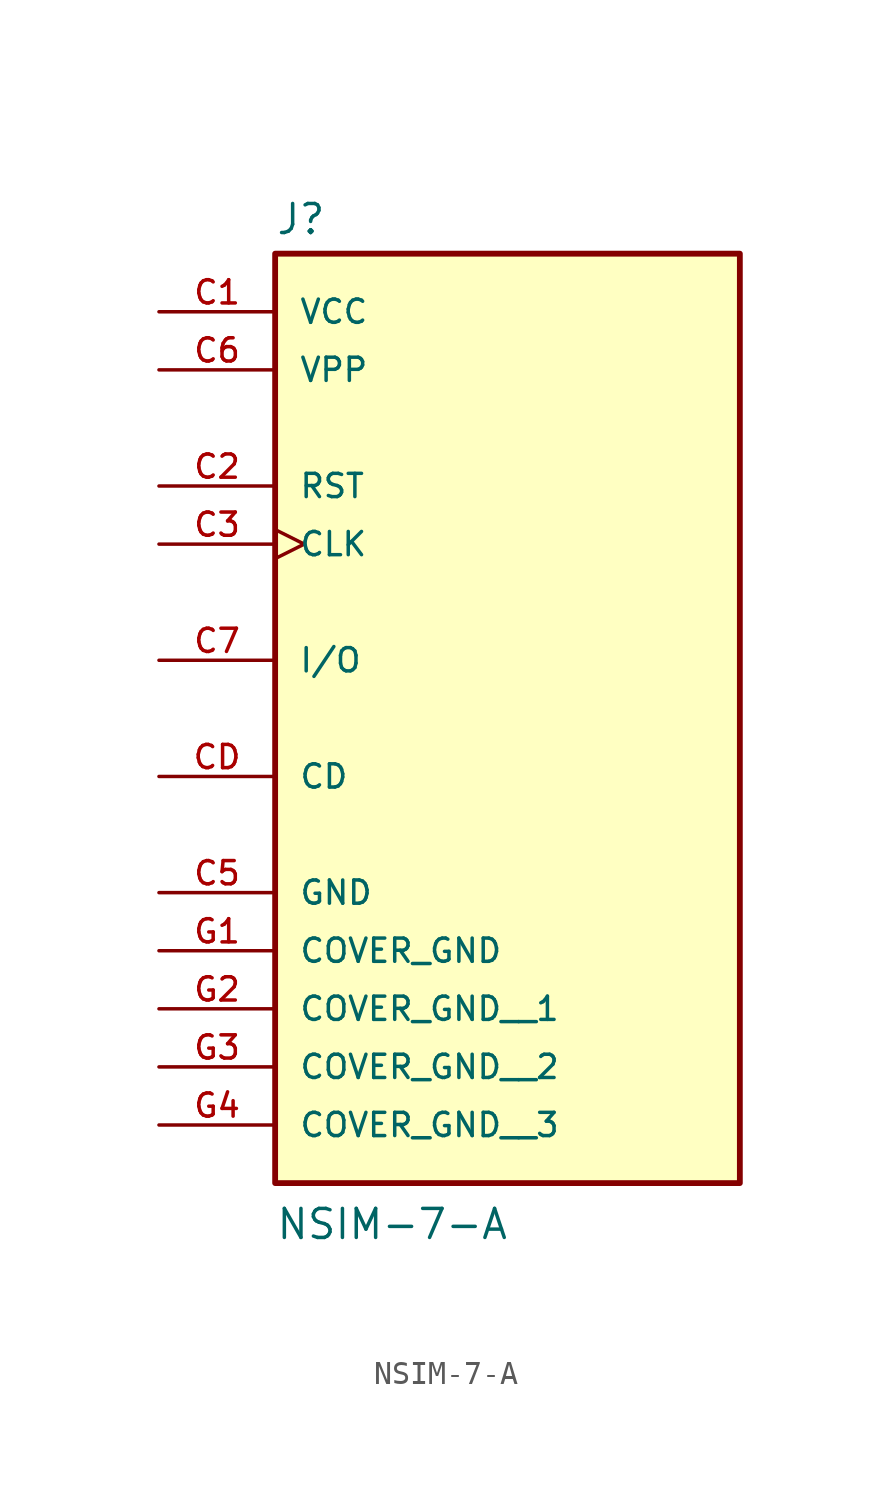
<source format=kicad_sym>
(kicad_symbol_lib
  (version 20211014)
  (generator kicad_symbol_editor)
  (symbol "NSIM-7-A"
    (pin_names
      (offset 1.016))
    (property "Reference" "J"
      (at -10.16 16.002 0)
      (effects (font (size 1.27 1.27)) (justify bottom left)))
    (property "Value" "NSIM-7-A"
      (at -10.16 -27.94 0)
      (effects (font (size 1.27 1.27)) (justify bottom left)))
    (symbol "NSIM-7-A_0_0"
      (rectangle (start -10.16 -25.4) (end 10.16 15.24) (stroke (width 0.254)) (fill (type background)))
      (pin power_in line (at -15.24 12.7 0) (length 5.08) (name "VCC" (effects (font (size 1.016 1.016)))) (number "C1" (effects (font (size 1.016 1.016)))))
      (pin input line (at -15.24 5.08 0) (length 5.08) (name "RST" (effects (font (size 1.016 1.016)))) (number "C2" (effects (font (size 1.016 1.016)))))
      (pin input clock (at -15.24 2.54 0) (length 5.08) (name "CLK" (effects (font (size 1.016 1.016)))) (number "C3" (effects (font (size 1.016 1.016)))))
      (pin power_in line (at -15.24 -12.7 0) (length 5.08) (name "GND" (effects (font (size 1.016 1.016)))) (number "C5" (effects (font (size 1.016 1.016)))))
      (pin power_in line (at -15.24 10.16 0) (length 5.08) (name "VPP" (effects (font (size 1.016 1.016)))) (number "C6" (effects (font (size 1.016 1.016)))))
      (pin bidirectional line (at -15.24 -2.54 0) (length 5.08) (name "I/O" (effects (font (size 1.016 1.016)))) (number "C7" (effects (font (size 1.016 1.016)))))
      (pin passive line (at -15.24 -7.62 0) (length 5.08) (name "CD" (effects (font (size 1.016 1.016)))) (number "CD" (effects (font (size 1.016 1.016)))))
      (pin power_in line (at -15.24 -15.24 0) (length 5.08) (name "COVER_GND" (effects (font (size 1.016 1.016)))) (number "G1" (effects (font (size 1.016 1.016)))))
      (pin power_in line (at -15.24 -17.78 0) (length 5.08) (name "COVER_GND__1" (effects (font (size 1.016 1.016)))) (number "G2" (effects (font (size 1.016 1.016)))))
      (pin power_in line (at -15.24 -20.32 0) (length 5.08) (name "COVER_GND__2" (effects (font (size 1.016 1.016)))) (number "G3" (effects (font (size 1.016 1.016)))))
      (pin power_in line (at -15.24 -22.86 0) (length 5.08) (name "COVER_GND__3" (effects (font (size 1.016 1.016)))) (number "G4" (effects (font (size 1.016 1.016))))))))
</source>
